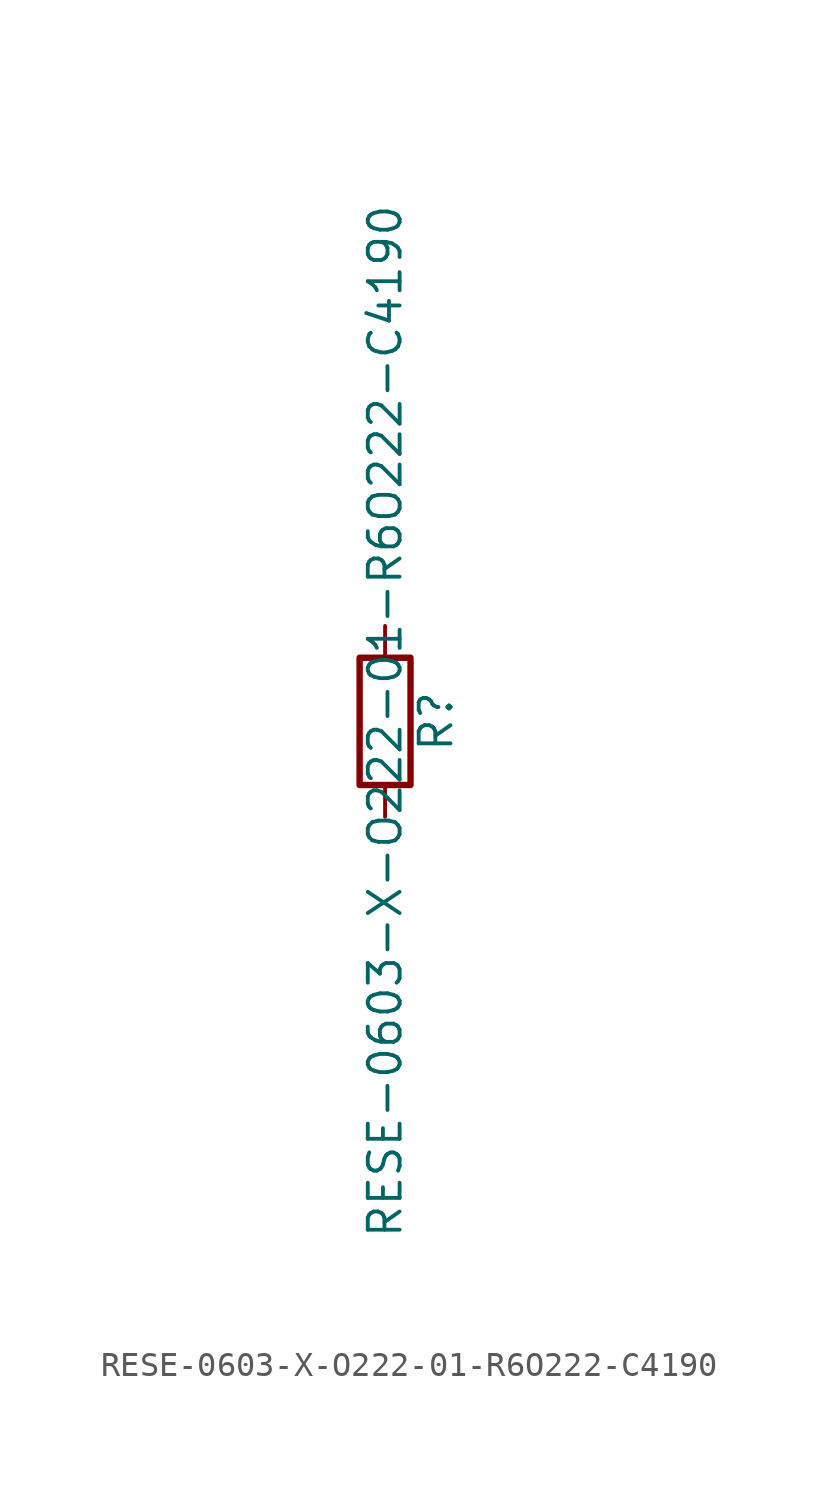
<source format=kicad_sym>
(kicad_symbol_lib
  (version 20211014)
  (generator kicad_symbol_editor)
  (symbol "RESE-0603-X-O222-01-R6O222-C4190"
    (pin_numbers hide)
    (pin_names
      (offset 0))
    (property "Reference" "R"
      (at 2.032 0 90)
      (effects (font (size 1.27 1.27))))
    (property "Value" "RESE-0603-X-O222-01-R6O222-C4190"
      (at 0 0 90)
      (effects (font (size 1.27 1.27))))
    (symbol "RESE-0603-X-O222-01-R6O222-C4190_0_1"
      (rectangle (start -1.016 -2.54) (end 1.016 2.54) (stroke (width 0.254) (type default) (color 0 0 0 0)) (fill (type none))))
    (symbol "RESE-0603-X-O222-01-R6O222-C4190_1_1"
      (pin passive line (at 0 3.81 270) (length 1.27) (name "~" (effects (font (size 1.27 1.27)))) (number "1" (effects (font (size 1.27 1.27)))))
      (pin passive line (at 0 -3.81 90) (length 1.27) (name "~" (effects (font (size 1.27 1.27)))) (number "2" (effects (font (size 1.27 1.27))))))))
</source>
